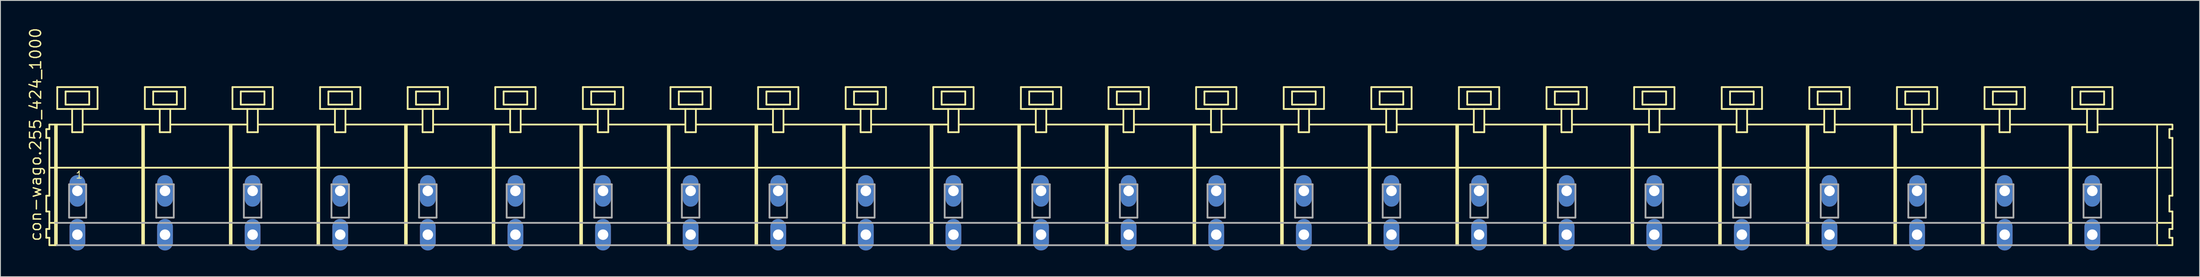
<source format=kicad_pcb>
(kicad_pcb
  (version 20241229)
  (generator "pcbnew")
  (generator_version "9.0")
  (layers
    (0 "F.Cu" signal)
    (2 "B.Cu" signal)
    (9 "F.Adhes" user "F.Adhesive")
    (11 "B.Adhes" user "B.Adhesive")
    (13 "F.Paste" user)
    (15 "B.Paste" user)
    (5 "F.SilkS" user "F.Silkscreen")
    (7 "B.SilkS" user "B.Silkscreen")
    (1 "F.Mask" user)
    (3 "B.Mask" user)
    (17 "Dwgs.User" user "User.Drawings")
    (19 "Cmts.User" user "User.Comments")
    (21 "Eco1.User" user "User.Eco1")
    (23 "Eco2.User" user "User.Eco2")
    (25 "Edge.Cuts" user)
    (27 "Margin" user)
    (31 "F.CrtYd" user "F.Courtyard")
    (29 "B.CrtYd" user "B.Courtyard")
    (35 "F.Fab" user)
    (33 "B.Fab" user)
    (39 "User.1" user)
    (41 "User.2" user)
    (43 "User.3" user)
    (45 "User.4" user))
  (footprint "con-wago.255_424_1000"
    (layer "F.Cu")
    (at 123.285 18.743)
    (property "Reference" "con-wago.255_424_1000" (at -121.535 5.855 90) (layer "F.SilkS") (effects (font (size 1.27 1.27) (thickness 0.16)) (justify left bottom)))
    (attr through_hole)
    (fp_line (start -121.05 -7.05) (end -121.05 -6.05) (stroke (width 0.203) (type default)) (layer "F.SilkS"))
    (fp_line (start -121.05 -6.05) (end -120.7 -6.05) (stroke (width 0.203) (type default)) (layer "F.SilkS"))
    (fp_line (start -121.05 0.55) (end -121.05 2.35) (stroke (width 0.203) (type default)) (layer "F.SilkS"))
    (fp_line (start -121.05 2.35) (end -120.7 2.35) (stroke (width 0.203) (type default)) (layer "F.SilkS"))
    (fp_line (start -121.05 4.35) (end -121.05 5.35) (stroke (width 0.203) (type default)) (layer "F.SilkS"))
    (fp_line (start -121.05 5.35) (end -120.7 5.35) (stroke (width 0.203) (type default)) (layer "F.SilkS"))
    (fp_line (start -120.7 -7.575) (end -120.7 -7.05) (stroke (width 0.203) (type default)) (layer "F.SilkS"))
    (fp_line (start -120.7 -7.575) (end -118.125 -7.575) (stroke (width 0.203) (type default)) (layer "F.SilkS"))
    (fp_line (start -120.7 -7.05) (end -121.05 -7.05) (stroke (width 0.203) (type default)) (layer "F.SilkS"))
    (fp_line (start -120.7 -6.05) (end -120.7 0.55) (stroke (width 0.203) (type default)) (layer "F.SilkS"))
    (fp_line (start -120.7 0.55) (end -121.05 0.55) (stroke (width 0.203) (type default)) (layer "F.SilkS"))
    (fp_line (start -120.7 2.35) (end -120.7 4.35) (stroke (width 0.203) (type default)) (layer "F.SilkS"))
    (fp_line (start -120.7 3.65) (end -120 3.65) (stroke (width 0.203) (type default)) (layer "F.SilkS"))
    (fp_line (start -120.7 4.35) (end -121.05 4.35) (stroke (width 0.203) (type default)) (layer "F.SilkS"))
    (fp_line (start -120.7 5.35) (end -120.7 6.2) (stroke (width 0.203) (type default)) (layer "F.SilkS"))
    (fp_line (start -120.7 6.2) (end -120.05 6.2) (stroke (width 0.203) (type default)) (layer "F.SilkS"))
    (fp_line (start -120.65 -2.65) (end 121.6 -2.65) (stroke (width 0.203) (type default)) (layer "F.SilkS"))
    (fp_line (start -120.05 -7.55) (end -120.05 6.2) (stroke (width 0.203) (type default)) (layer "F.SilkS"))
    (fp_line (start -120.05 6.2) (end -119.85 6.2) (stroke (width 0.203) (type default)) (layer "F.SilkS"))
    (fp_line (start -119.85 -7.55) (end -119.85 6.2) (stroke (width 0.203) (type default)) (layer "F.SilkS"))
    (fp_line (start -119.8 -11.85) (end -119.8 -9.35) (stroke (width 0.203) (type default)) (layer "F.SilkS"))
    (fp_line (start -119.8 -9.35) (end -118.1 -9.35) (stroke (width 0.203) (type default)) (layer "F.SilkS"))
    (fp_line (start -118.85 -11.35) (end -118.85 -9.85) (stroke (width 0.203) (type default)) (layer "F.SilkS"))
    (fp_line (start -118.85 -9.85) (end -116.15 -9.85) (stroke (width 0.203) (type default)) (layer "F.SilkS"))
    (fp_line (start -118.1 -9.35) (end -118.1 -6.7) (stroke (width 0.203) (type default)) (layer "F.SilkS"))
    (fp_line (start -118.1 -9.35) (end -116.9 -9.35) (stroke (width 0.203) (type default)) (layer "F.SilkS"))
    (fp_line (start -118.1 -6.7) (end -116.9 -6.7) (stroke (width 0.203) (type default)) (layer "F.SilkS"))
    (fp_line (start -116.9 -9.35) (end -115.2 -9.35) (stroke (width 0.203) (type default)) (layer "F.SilkS"))
    (fp_line (start -116.9 -6.7) (end -116.9 -9.35) (stroke (width 0.203) (type default)) (layer "F.SilkS"))
    (fp_line (start -116.825 -7.575) (end -108.125 -7.575) (stroke (width 0.203) (type default)) (layer "F.SilkS"))
    (fp_line (start -116.15 -11.35) (end -118.85 -11.35) (stroke (width 0.203) (type default)) (layer "F.SilkS"))
    (fp_line (start -116.15 -9.85) (end -116.15 -11.35) (stroke (width 0.203) (type default)) (layer "F.SilkS"))
    (fp_line (start -115.2 -11.85) (end -119.8 -11.85) (stroke (width 0.203) (type default)) (layer "F.SilkS"))
    (fp_line (start -115.2 -9.35) (end -115.2 -11.85) (stroke (width 0.203) (type default)) (layer "F.SilkS"))
    (fp_line (start -110.1 -7.55) (end -110.1 6.2) (stroke (width 0.203) (type default)) (layer "F.SilkS"))
    (fp_line (start -109.9 -7.55) (end -109.9 6.2) (stroke (width 0.203) (type default)) (layer "F.SilkS"))
    (fp_line (start -109.8 -11.85) (end -109.8 -9.35) (stroke (width 0.203) (type default)) (layer "F.SilkS"))
    (fp_line (start -109.8 -9.35) (end -108.1 -9.35) (stroke (width 0.203) (type default)) (layer "F.SilkS"))
    (fp_line (start -108.85 -11.35) (end -108.85 -9.85) (stroke (width 0.203) (type default)) (layer "F.SilkS"))
    (fp_line (start -108.85 -9.85) (end -106.15 -9.85) (stroke (width 0.203) (type default)) (layer "F.SilkS"))
    (fp_line (start -108.1 -9.35) (end -108.1 -6.7) (stroke (width 0.203) (type default)) (layer "F.SilkS"))
    (fp_line (start -108.1 -9.35) (end -106.9 -9.35) (stroke (width 0.203) (type default)) (layer "F.SilkS"))
    (fp_line (start -108.1 -6.7) (end -106.9 -6.7) (stroke (width 0.203) (type default)) (layer "F.SilkS"))
    (fp_line (start -106.9 -9.35) (end -105.2 -9.35) (stroke (width 0.203) (type default)) (layer "F.SilkS"))
    (fp_line (start -106.9 -6.7) (end -106.9 -9.35) (stroke (width 0.203) (type default)) (layer "F.SilkS"))
    (fp_line (start -106.825 -7.575) (end -98.125 -7.575) (stroke (width 0.203) (type default)) (layer "F.SilkS"))
    (fp_line (start -106.15 -11.35) (end -108.85 -11.35) (stroke (width 0.203) (type default)) (layer "F.SilkS"))
    (fp_line (start -106.15 -9.85) (end -106.15 -11.35) (stroke (width 0.203) (type default)) (layer "F.SilkS"))
    (fp_line (start -105.2 -11.85) (end -109.8 -11.85) (stroke (width 0.203) (type default)) (layer "F.SilkS"))
    (fp_line (start -105.2 -9.35) (end -105.2 -11.85) (stroke (width 0.203) (type default)) (layer "F.SilkS"))
    (fp_line (start -100.1 -7.55) (end -100.1 6.2) (stroke (width 0.203) (type default)) (layer "F.SilkS"))
    (fp_line (start -99.9 -7.55) (end -99.9 6.2) (stroke (width 0.203) (type default)) (layer "F.SilkS"))
    (fp_line (start -99.8 -11.85) (end -99.8 -9.35) (stroke (width 0.203) (type default)) (layer "F.SilkS"))
    (fp_line (start -99.8 -9.35) (end -98.1 -9.35) (stroke (width 0.203) (type default)) (layer "F.SilkS"))
    (fp_line (start -98.85 -11.35) (end -98.85 -9.85) (stroke (width 0.203) (type default)) (layer "F.SilkS"))
    (fp_line (start -98.85 -9.85) (end -96.15 -9.85) (stroke (width 0.203) (type default)) (layer "F.SilkS"))
    (fp_line (start -98.1 -9.35) (end -98.1 -6.7) (stroke (width 0.203) (type default)) (layer "F.SilkS"))
    (fp_line (start -98.1 -9.35) (end -96.9 -9.35) (stroke (width 0.203) (type default)) (layer "F.SilkS"))
    (fp_line (start -98.1 -6.7) (end -96.9 -6.7) (stroke (width 0.203) (type default)) (layer "F.SilkS"))
    (fp_line (start -96.9 -9.35) (end -95.2 -9.35) (stroke (width 0.203) (type default)) (layer "F.SilkS"))
    (fp_line (start -96.9 -6.7) (end -96.9 -9.35) (stroke (width 0.203) (type default)) (layer "F.SilkS"))
    (fp_line (start -96.825 -7.575) (end -88.125 -7.575) (stroke (width 0.203) (type default)) (layer "F.SilkS"))
    (fp_line (start -96.15 -11.35) (end -98.85 -11.35) (stroke (width 0.203) (type default)) (layer "F.SilkS"))
    (fp_line (start -96.15 -9.85) (end -96.15 -11.35) (stroke (width 0.203) (type default)) (layer "F.SilkS"))
    (fp_line (start -95.2 -11.85) (end -99.8 -11.85) (stroke (width 0.203) (type default)) (layer "F.SilkS"))
    (fp_line (start -95.2 -9.35) (end -95.2 -11.85) (stroke (width 0.203) (type default)) (layer "F.SilkS"))
    (fp_line (start -90.1 -7.55) (end -90.1 6.2) (stroke (width 0.203) (type default)) (layer "F.SilkS"))
    (fp_line (start -89.9 -7.55) (end -89.9 6.2) (stroke (width 0.203) (type default)) (layer "F.SilkS"))
    (fp_line (start -89.8 -11.85) (end -89.8 -9.35) (stroke (width 0.203) (type default)) (layer "F.SilkS"))
    (fp_line (start -89.8 -9.35) (end -88.1 -9.35) (stroke (width 0.203) (type default)) (layer "F.SilkS"))
    (fp_line (start -88.85 -11.35) (end -88.85 -9.85) (stroke (width 0.203) (type default)) (layer "F.SilkS"))
    (fp_line (start -88.85 -9.85) (end -86.15 -9.85) (stroke (width 0.203) (type default)) (layer "F.SilkS"))
    (fp_line (start -88.1 -9.35) (end -88.1 -6.7) (stroke (width 0.203) (type default)) (layer "F.SilkS"))
    (fp_line (start -88.1 -9.35) (end -86.9 -9.35) (stroke (width 0.203) (type default)) (layer "F.SilkS"))
    (fp_line (start -88.1 -6.7) (end -86.9 -6.7) (stroke (width 0.203) (type default)) (layer "F.SilkS"))
    (fp_line (start -86.9 -9.35) (end -85.2 -9.35) (stroke (width 0.203) (type default)) (layer "F.SilkS"))
    (fp_line (start -86.9 -6.7) (end -86.9 -9.35) (stroke (width 0.203) (type default)) (layer "F.SilkS"))
    (fp_line (start -86.825 -7.575) (end -78.125 -7.575) (stroke (width 0.203) (type default)) (layer "F.SilkS"))
    (fp_line (start -86.15 -11.35) (end -88.85 -11.35) (stroke (width 0.203) (type default)) (layer "F.SilkS"))
    (fp_line (start -86.15 -9.85) (end -86.15 -11.35) (stroke (width 0.203) (type default)) (layer "F.SilkS"))
    (fp_line (start -85.2 -11.85) (end -89.8 -11.85) (stroke (width 0.203) (type default)) (layer "F.SilkS"))
    (fp_line (start -85.2 -9.35) (end -85.2 -11.85) (stroke (width 0.203) (type default)) (layer "F.SilkS"))
    (fp_line (start -80.1 -7.55) (end -80.1 6.2) (stroke (width 0.203) (type default)) (layer "F.SilkS"))
    (fp_line (start -79.9 -7.55) (end -79.9 6.2) (stroke (width 0.203) (type default)) (layer "F.SilkS"))
    (fp_line (start -79.8 -11.85) (end -79.8 -9.35) (stroke (width 0.203) (type default)) (layer "F.SilkS"))
    (fp_line (start -79.8 -9.35) (end -78.1 -9.35) (stroke (width 0.203) (type default)) (layer "F.SilkS"))
    (fp_line (start -78.85 -11.35) (end -78.85 -9.85) (stroke (width 0.203) (type default)) (layer "F.SilkS"))
    (fp_line (start -78.85 -9.85) (end -76.15 -9.85) (stroke (width 0.203) (type default)) (layer "F.SilkS"))
    (fp_line (start -78.1 -9.35) (end -78.1 -6.7) (stroke (width 0.203) (type default)) (layer "F.SilkS"))
    (fp_line (start -78.1 -9.35) (end -76.9 -9.35) (stroke (width 0.203) (type default)) (layer "F.SilkS"))
    (fp_line (start -78.1 -6.7) (end -76.9 -6.7) (stroke (width 0.203) (type default)) (layer "F.SilkS"))
    (fp_line (start -76.9 -9.35) (end -75.2 -9.35) (stroke (width 0.203) (type default)) (layer "F.SilkS"))
    (fp_line (start -76.9 -6.7) (end -76.9 -9.35) (stroke (width 0.203) (type default)) (layer "F.SilkS"))
    (fp_line (start -76.825 -7.575) (end -68.125 -7.575) (stroke (width 0.203) (type default)) (layer "F.SilkS"))
    (fp_line (start -76.15 -11.35) (end -78.85 -11.35) (stroke (width 0.203) (type default)) (layer "F.SilkS"))
    (fp_line (start -76.15 -9.85) (end -76.15 -11.35) (stroke (width 0.203) (type default)) (layer "F.SilkS"))
    (fp_line (start -75.2 -11.85) (end -79.8 -11.85) (stroke (width 0.203) (type default)) (layer "F.SilkS"))
    (fp_line (start -75.2 -9.35) (end -75.2 -11.85) (stroke (width 0.203) (type default)) (layer "F.SilkS"))
    (fp_line (start -70.1 -7.55) (end -70.1 6.2) (stroke (width 0.203) (type default)) (layer "F.SilkS"))
    (fp_line (start -69.9 -7.55) (end -69.9 6.2) (stroke (width 0.203) (type default)) (layer "F.SilkS"))
    (fp_line (start -69.8 -11.85) (end -69.8 -9.35) (stroke (width 0.203) (type default)) (layer "F.SilkS"))
    (fp_line (start -69.8 -9.35) (end -68.1 -9.35) (stroke (width 0.203) (type default)) (layer "F.SilkS"))
    (fp_line (start -68.85 -11.35) (end -68.85 -9.85) (stroke (width 0.203) (type default)) (layer "F.SilkS"))
    (fp_line (start -68.85 -9.85) (end -66.15 -9.85) (stroke (width 0.203) (type default)) (layer "F.SilkS"))
    (fp_line (start -68.1 -9.35) (end -68.1 -6.7) (stroke (width 0.203) (type default)) (layer "F.SilkS"))
    (fp_line (start -68.1 -9.35) (end -66.9 -9.35) (stroke (width 0.203) (type default)) (layer "F.SilkS"))
    (fp_line (start -68.1 -6.7) (end -66.9 -6.7) (stroke (width 0.203) (type default)) (layer "F.SilkS"))
    (fp_line (start -66.9 -9.35) (end -65.2 -9.35) (stroke (width 0.203) (type default)) (layer "F.SilkS"))
    (fp_line (start -66.9 -6.7) (end -66.9 -9.35) (stroke (width 0.203) (type default)) (layer "F.SilkS"))
    (fp_line (start -66.825 -7.575) (end -58.125 -7.575) (stroke (width 0.203) (type default)) (layer "F.SilkS"))
    (fp_line (start -66.15 -11.35) (end -68.85 -11.35) (stroke (width 0.203) (type default)) (layer "F.SilkS"))
    (fp_line (start -66.15 -9.85) (end -66.15 -11.35) (stroke (width 0.203) (type default)) (layer "F.SilkS"))
    (fp_line (start -65.2 -11.85) (end -69.8 -11.85) (stroke (width 0.203) (type default)) (layer "F.SilkS"))
    (fp_line (start -65.2 -9.35) (end -65.2 -11.85) (stroke (width 0.203) (type default)) (layer "F.SilkS"))
    (fp_line (start -60.1 -7.55) (end -60.1 6.2) (stroke (width 0.203) (type default)) (layer "F.SilkS"))
    (fp_line (start -59.9 -7.55) (end -59.9 6.2) (stroke (width 0.203) (type default)) (layer "F.SilkS"))
    (fp_line (start -59.8 -11.85) (end -59.8 -9.35) (stroke (width 0.203) (type default)) (layer "F.SilkS"))
    (fp_line (start -59.8 -9.35) (end -58.1 -9.35) (stroke (width 0.203) (type default)) (layer "F.SilkS"))
    (fp_line (start -58.85 -11.35) (end -58.85 -9.85) (stroke (width 0.203) (type default)) (layer "F.SilkS"))
    (fp_line (start -58.85 -9.85) (end -56.15 -9.85) (stroke (width 0.203) (type default)) (layer "F.SilkS"))
    (fp_line (start -58.1 -9.35) (end -58.1 -6.7) (stroke (width 0.203) (type default)) (layer "F.SilkS"))
    (fp_line (start -58.1 -9.35) (end -56.9 -9.35) (stroke (width 0.203) (type default)) (layer "F.SilkS"))
    (fp_line (start -58.1 -6.7) (end -56.9 -6.7) (stroke (width 0.203) (type default)) (layer "F.SilkS"))
    (fp_line (start -56.9 -9.35) (end -55.2 -9.35) (stroke (width 0.203) (type default)) (layer "F.SilkS"))
    (fp_line (start -56.9 -6.7) (end -56.9 -9.35) (stroke (width 0.203) (type default)) (layer "F.SilkS"))
    (fp_line (start -56.825 -7.575) (end -48.125 -7.575) (stroke (width 0.203) (type default)) (layer "F.SilkS"))
    (fp_line (start -56.15 -11.35) (end -58.85 -11.35) (stroke (width 0.203) (type default)) (layer "F.SilkS"))
    (fp_line (start -56.15 -9.85) (end -56.15 -11.35) (stroke (width 0.203) (type default)) (layer "F.SilkS"))
    (fp_line (start -55.2 -11.85) (end -59.8 -11.85) (stroke (width 0.203) (type default)) (layer "F.SilkS"))
    (fp_line (start -55.2 -9.35) (end -55.2 -11.85) (stroke (width 0.203) (type default)) (layer "F.SilkS"))
    (fp_line (start -50.1 -7.55) (end -50.1 6.2) (stroke (width 0.203) (type default)) (layer "F.SilkS"))
    (fp_line (start -49.9 -7.55) (end -49.9 6.2) (stroke (width 0.203) (type default)) (layer "F.SilkS"))
    (fp_line (start -49.8 -11.85) (end -49.8 -9.35) (stroke (width 0.203) (type default)) (layer "F.SilkS"))
    (fp_line (start -49.8 -9.35) (end -48.1 -9.35) (stroke (width 0.203) (type default)) (layer "F.SilkS"))
    (fp_line (start -48.85 -11.35) (end -48.85 -9.85) (stroke (width 0.203) (type default)) (layer "F.SilkS"))
    (fp_line (start -48.85 -9.85) (end -46.15 -9.85) (stroke (width 0.203) (type default)) (layer "F.SilkS"))
    (fp_line (start -48.1 -9.35) (end -48.1 -6.7) (stroke (width 0.203) (type default)) (layer "F.SilkS"))
    (fp_line (start -48.1 -9.35) (end -46.9 -9.35) (stroke (width 0.203) (type default)) (layer "F.SilkS"))
    (fp_line (start -48.1 -6.7) (end -46.9 -6.7) (stroke (width 0.203) (type default)) (layer "F.SilkS"))
    (fp_line (start -46.9 -9.35) (end -45.2 -9.35) (stroke (width 0.203) (type default)) (layer "F.SilkS"))
    (fp_line (start -46.9 -6.7) (end -46.9 -9.35) (stroke (width 0.203) (type default)) (layer "F.SilkS"))
    (fp_line (start -46.825 -7.575) (end -38.125 -7.575) (stroke (width 0.203) (type default)) (layer "F.SilkS"))
    (fp_line (start -46.15 -11.35) (end -48.85 -11.35) (stroke (width 0.203) (type default)) (layer "F.SilkS"))
    (fp_line (start -46.15 -9.85) (end -46.15 -11.35) (stroke (width 0.203) (type default)) (layer "F.SilkS"))
    (fp_line (start -45.2 -11.85) (end -49.8 -11.85) (stroke (width 0.203) (type default)) (layer "F.SilkS"))
    (fp_line (start -45.2 -9.35) (end -45.2 -11.85) (stroke (width 0.203) (type default)) (layer "F.SilkS"))
    (fp_line (start -40.1 -7.55) (end -40.1 6.2) (stroke (width 0.203) (type default)) (layer "F.SilkS"))
    (fp_line (start -39.9 -7.55) (end -39.9 6.2) (stroke (width 0.203) (type default)) (layer "F.SilkS"))
    (fp_line (start -39.8 -11.85) (end -39.8 -9.35) (stroke (width 0.203) (type default)) (layer "F.SilkS"))
    (fp_line (start -39.8 -9.35) (end -38.1 -9.35) (stroke (width 0.203) (type default)) (layer "F.SilkS"))
    (fp_line (start -38.85 -11.35) (end -38.85 -9.85) (stroke (width 0.203) (type default)) (layer "F.SilkS"))
    (fp_line (start -38.85 -9.85) (end -36.15 -9.85) (stroke (width 0.203) (type default)) (layer "F.SilkS"))
    (fp_line (start -38.1 -9.35) (end -38.1 -6.7) (stroke (width 0.203) (type default)) (layer "F.SilkS"))
    (fp_line (start -38.1 -9.35) (end -36.9 -9.35) (stroke (width 0.203) (type default)) (layer "F.SilkS"))
    (fp_line (start -38.1 -6.7) (end -36.9 -6.7) (stroke (width 0.203) (type default)) (layer "F.SilkS"))
    (fp_line (start -36.9 -9.35) (end -35.2 -9.35) (stroke (width 0.203) (type default)) (layer "F.SilkS"))
    (fp_line (start -36.9 -6.7) (end -36.9 -9.35) (stroke (width 0.203) (type default)) (layer "F.SilkS"))
    (fp_line (start -36.825 -7.575) (end -28.125 -7.575) (stroke (width 0.203) (type default)) (layer "F.SilkS"))
    (fp_line (start -36.15 -11.35) (end -38.85 -11.35) (stroke (width 0.203) (type default)) (layer "F.SilkS"))
    (fp_line (start -36.15 -9.85) (end -36.15 -11.35) (stroke (width 0.203) (type default)) (layer "F.SilkS"))
    (fp_line (start -35.2 -11.85) (end -39.8 -11.85) (stroke (width 0.203) (type default)) (layer "F.SilkS"))
    (fp_line (start -35.2 -9.35) (end -35.2 -11.85) (stroke (width 0.203) (type default)) (layer "F.SilkS"))
    (fp_line (start -30.1 -7.55) (end -30.1 6.2) (stroke (width 0.203) (type default)) (layer "F.SilkS"))
    (fp_line (start -29.9 -7.55) (end -29.9 6.2) (stroke (width 0.203) (type default)) (layer "F.SilkS"))
    (fp_line (start -29.8 -11.85) (end -29.8 -9.35) (stroke (width 0.203) (type default)) (layer "F.SilkS"))
    (fp_line (start -29.8 -9.35) (end -28.1 -9.35) (stroke (width 0.203) (type default)) (layer "F.SilkS"))
    (fp_line (start -28.85 -11.35) (end -28.85 -9.85) (stroke (width 0.203) (type default)) (layer "F.SilkS"))
    (fp_line (start -28.85 -9.85) (end -26.15 -9.85) (stroke (width 0.203) (type default)) (layer "F.SilkS"))
    (fp_line (start -28.1 -9.35) (end -28.1 -6.7) (stroke (width 0.203) (type default)) (layer "F.SilkS"))
    (fp_line (start -28.1 -9.35) (end -26.9 -9.35) (stroke (width 0.203) (type default)) (layer "F.SilkS"))
    (fp_line (start -28.1 -6.7) (end -26.9 -6.7) (stroke (width 0.203) (type default)) (layer "F.SilkS"))
    (fp_line (start -26.9 -9.35) (end -25.2 -9.35) (stroke (width 0.203) (type default)) (layer "F.SilkS"))
    (fp_line (start -26.9 -6.7) (end -26.9 -9.35) (stroke (width 0.203) (type default)) (layer "F.SilkS"))
    (fp_line (start -26.825 -7.575) (end -18.125 -7.575) (stroke (width 0.203) (type default)) (layer "F.SilkS"))
    (fp_line (start -26.15 -11.35) (end -28.85 -11.35) (stroke (width 0.203) (type default)) (layer "F.SilkS"))
    (fp_line (start -26.15 -9.85) (end -26.15 -11.35) (stroke (width 0.203) (type default)) (layer "F.SilkS"))
    (fp_line (start -25.2 -11.85) (end -29.8 -11.85) (stroke (width 0.203) (type default)) (layer "F.SilkS"))
    (fp_line (start -25.2 -9.35) (end -25.2 -11.85) (stroke (width 0.203) (type default)) (layer "F.SilkS"))
    (fp_line (start -20.1 -7.55) (end -20.1 6.2) (stroke (width 0.203) (type default)) (layer "F.SilkS"))
    (fp_line (start -19.9 -7.55) (end -19.9 6.2) (stroke (width 0.203) (type default)) (layer "F.SilkS"))
    (fp_line (start -19.8 -11.85) (end -19.8 -9.35) (stroke (width 0.203) (type default)) (layer "F.SilkS"))
    (fp_line (start -19.8 -9.35) (end -18.1 -9.35) (stroke (width 0.203) (type default)) (layer "F.SilkS"))
    (fp_line (start -18.85 -11.35) (end -18.85 -9.85) (stroke (width 0.203) (type default)) (layer "F.SilkS"))
    (fp_line (start -18.85 -9.85) (end -16.15 -9.85) (stroke (width 0.203) (type default)) (layer "F.SilkS"))
    (fp_line (start -18.1 -9.35) (end -18.1 -6.7) (stroke (width 0.203) (type default)) (layer "F.SilkS"))
    (fp_line (start -18.1 -9.35) (end -16.9 -9.35) (stroke (width 0.203) (type default)) (layer "F.SilkS"))
    (fp_line (start -18.1 -6.7) (end -16.9 -6.7) (stroke (width 0.203) (type default)) (layer "F.SilkS"))
    (fp_line (start -16.9 -9.35) (end -15.2 -9.35) (stroke (width 0.203) (type default)) (layer "F.SilkS"))
    (fp_line (start -16.9 -6.7) (end -16.9 -9.35) (stroke (width 0.203) (type default)) (layer "F.SilkS"))
    (fp_line (start -16.825 -7.575) (end -8.125 -7.575) (stroke (width 0.203) (type default)) (layer "F.SilkS"))
    (fp_line (start -16.15 -11.35) (end -18.85 -11.35) (stroke (width 0.203) (type default)) (layer "F.SilkS"))
    (fp_line (start -16.15 -9.85) (end -16.15 -11.35) (stroke (width 0.203) (type default)) (layer "F.SilkS"))
    (fp_line (start -15.2 -11.85) (end -19.8 -11.85) (stroke (width 0.203) (type default)) (layer "F.SilkS"))
    (fp_line (start -15.2 -9.35) (end -15.2 -11.85) (stroke (width 0.203) (type default)) (layer "F.SilkS"))
    (fp_line (start -10.1 -7.55) (end -10.1 6.2) (stroke (width 0.203) (type default)) (layer "F.SilkS"))
    (fp_line (start -9.9 -7.55) (end -9.9 6.2) (stroke (width 0.203) (type default)) (layer "F.SilkS"))
    (fp_line (start -9.8 -11.85) (end -9.8 -9.35) (stroke (width 0.203) (type default)) (layer "F.SilkS"))
    (fp_line (start -9.8 -9.35) (end -8.1 -9.35) (stroke (width 0.203) (type default)) (layer "F.SilkS"))
    (fp_line (start -8.85 -11.35) (end -8.85 -9.85) (stroke (width 0.203) (type default)) (layer "F.SilkS"))
    (fp_line (start -8.85 -9.85) (end -6.15 -9.85) (stroke (width 0.203) (type default)) (layer "F.SilkS"))
    (fp_line (start -8.1 -9.35) (end -8.1 -6.7) (stroke (width 0.203) (type default)) (layer "F.SilkS"))
    (fp_line (start -8.1 -9.35) (end -6.9 -9.35) (stroke (width 0.203) (type default)) (layer "F.SilkS"))
    (fp_line (start -8.1 -6.7) (end -6.9 -6.7) (stroke (width 0.203) (type default)) (layer "F.SilkS"))
    (fp_line (start -6.9 -9.35) (end -5.2 -9.35) (stroke (width 0.203) (type default)) (layer "F.SilkS"))
    (fp_line (start -6.9 -6.7) (end -6.9 -9.35) (stroke (width 0.203) (type default)) (layer "F.SilkS"))
    (fp_line (start -6.825 -7.575) (end 1.875 -7.575) (stroke (width 0.203) (type default)) (layer "F.SilkS"))
    (fp_line (start -6.15 -11.35) (end -8.85 -11.35) (stroke (width 0.203) (type default)) (layer "F.SilkS"))
    (fp_line (start -6.15 -9.85) (end -6.15 -11.35) (stroke (width 0.203) (type default)) (layer "F.SilkS"))
    (fp_line (start -5.2 -11.85) (end -9.8 -11.85) (stroke (width 0.203) (type default)) (layer "F.SilkS"))
    (fp_line (start -5.2 -9.35) (end -5.2 -11.85) (stroke (width 0.203) (type default)) (layer "F.SilkS"))
    (fp_line (start -0.1 -7.55) (end -0.1 6.2) (stroke (width 0.203) (type default)) (layer "F.SilkS"))
    (fp_line (start 0.1 -7.55) (end 0.1 6.2) (stroke (width 0.203) (type default)) (layer "F.SilkS"))
    (fp_line (start 0.2 -11.85) (end 0.2 -9.35) (stroke (width 0.203) (type default)) (layer "F.SilkS"))
    (fp_line (start 0.2 -9.35) (end 1.9 -9.35) (stroke (width 0.203) (type default)) (layer "F.SilkS"))
    (fp_line (start 1.15 -11.35) (end 1.15 -9.85) (stroke (width 0.203) (type default)) (layer "F.SilkS"))
    (fp_line (start 1.15 -9.85) (end 3.85 -9.85) (stroke (width 0.203) (type default)) (layer "F.SilkS"))
    (fp_line (start 1.9 -9.35) (end 1.9 -6.7) (stroke (width 0.203) (type default)) (layer "F.SilkS"))
    (fp_line (start 1.9 -9.35) (end 3.1 -9.35) (stroke (width 0.203) (type default)) (layer "F.SilkS"))
    (fp_line (start 1.9 -6.7) (end 3.1 -6.7) (stroke (width 0.203) (type default)) (layer "F.SilkS"))
    (fp_line (start 3.1 -9.35) (end 4.8 -9.35) (stroke (width 0.203) (type default)) (layer "F.SilkS"))
    (fp_line (start 3.1 -6.7) (end 3.1 -9.35) (stroke (width 0.203) (type default)) (layer "F.SilkS"))
    (fp_line (start 3.175 -7.575) (end 11.875 -7.575) (stroke (width 0.203) (type default)) (layer "F.SilkS"))
    (fp_line (start 3.85 -11.35) (end 1.15 -11.35) (stroke (width 0.203) (type default)) (layer "F.SilkS"))
    (fp_line (start 3.85 -9.85) (end 3.85 -11.35) (stroke (width 0.203) (type default)) (layer "F.SilkS"))
    (fp_line (start 4.8 -11.85) (end 0.2 -11.85) (stroke (width 0.203) (type default)) (layer "F.SilkS"))
    (fp_line (start 4.8 -9.35) (end 4.8 -11.85) (stroke (width 0.203) (type default)) (layer "F.SilkS"))
    (fp_line (start 9.9 -7.55) (end 9.9 6.2) (stroke (width 0.203) (type default)) (layer "F.SilkS"))
    (fp_line (start 10.1 -7.55) (end 10.1 6.2) (stroke (width 0.203) (type default)) (layer "F.SilkS"))
    (fp_line (start 10.2 -11.85) (end 10.2 -9.35) (stroke (width 0.203) (type default)) (layer "F.SilkS"))
    (fp_line (start 10.2 -9.35) (end 11.9 -9.35) (stroke (width 0.203) (type default)) (layer "F.SilkS"))
    (fp_line (start 11.15 -11.35) (end 11.15 -9.85) (stroke (width 0.203) (type default)) (layer "F.SilkS"))
    (fp_line (start 11.15 -9.85) (end 13.85 -9.85) (stroke (width 0.203) (type default)) (layer "F.SilkS"))
    (fp_line (start 11.9 -9.35) (end 11.9 -6.7) (stroke (width 0.203) (type default)) (layer "F.SilkS"))
    (fp_line (start 11.9 -9.35) (end 13.1 -9.35) (stroke (width 0.203) (type default)) (layer "F.SilkS"))
    (fp_line (start 11.9 -6.7) (end 13.1 -6.7) (stroke (width 0.203) (type default)) (layer "F.SilkS"))
    (fp_line (start 13.1 -9.35) (end 14.8 -9.35) (stroke (width 0.203) (type default)) (layer "F.SilkS"))
    (fp_line (start 13.1 -6.7) (end 13.1 -9.35) (stroke (width 0.203) (type default)) (layer "F.SilkS"))
    (fp_line (start 13.175 -7.575) (end 21.875 -7.575) (stroke (width 0.203) (type default)) (layer "F.SilkS"))
    (fp_line (start 13.85 -11.35) (end 11.15 -11.35) (stroke (width 0.203) (type default)) (layer "F.SilkS"))
    (fp_line (start 13.85 -9.85) (end 13.85 -11.35) (stroke (width 0.203) (type default)) (layer "F.SilkS"))
    (fp_line (start 14.8 -11.85) (end 10.2 -11.85) (stroke (width 0.203) (type default)) (layer "F.SilkS"))
    (fp_line (start 14.8 -9.35) (end 14.8 -11.85) (stroke (width 0.203) (type default)) (layer "F.SilkS"))
    (fp_line (start 19.9 -7.55) (end 19.9 6.2) (stroke (width 0.203) (type default)) (layer "F.SilkS"))
    (fp_line (start 20.1 -7.55) (end 20.1 6.2) (stroke (width 0.203) (type default)) (layer "F.SilkS"))
    (fp_line (start 20.2 -11.85) (end 20.2 -9.35) (stroke (width 0.203) (type default)) (layer "F.SilkS"))
    (fp_line (start 20.2 -9.35) (end 21.9 -9.35) (stroke (width 0.203) (type default)) (layer "F.SilkS"))
    (fp_line (start 21.15 -11.35) (end 21.15 -9.85) (stroke (width 0.203) (type default)) (layer "F.SilkS"))
    (fp_line (start 21.15 -9.85) (end 23.85 -9.85) (stroke (width 0.203) (type default)) (layer "F.SilkS"))
    (fp_line (start 21.9 -9.35) (end 21.9 -6.7) (stroke (width 0.203) (type default)) (layer "F.SilkS"))
    (fp_line (start 21.9 -9.35) (end 23.1 -9.35) (stroke (width 0.203) (type default)) (layer "F.SilkS"))
    (fp_line (start 21.9 -6.7) (end 23.1 -6.7) (stroke (width 0.203) (type default)) (layer "F.SilkS"))
    (fp_line (start 23.1 -9.35) (end 24.8 -9.35) (stroke (width 0.203) (type default)) (layer "F.SilkS"))
    (fp_line (start 23.1 -6.7) (end 23.1 -9.35) (stroke (width 0.203) (type default)) (layer "F.SilkS"))
    (fp_line (start 23.175 -7.575) (end 31.875 -7.575) (stroke (width 0.203) (type default)) (layer "F.SilkS"))
    (fp_line (start 23.85 -11.35) (end 21.15 -11.35) (stroke (width 0.203) (type default)) (layer "F.SilkS"))
    (fp_line (start 23.85 -9.85) (end 23.85 -11.35) (stroke (width 0.203) (type default)) (layer "F.SilkS"))
    (fp_line (start 24.8 -11.85) (end 20.2 -11.85) (stroke (width 0.203) (type default)) (layer "F.SilkS"))
    (fp_line (start 24.8 -9.35) (end 24.8 -11.85) (stroke (width 0.203) (type default)) (layer "F.SilkS"))
    (fp_line (start 29.9 -7.55) (end 29.9 6.2) (stroke (width 0.203) (type default)) (layer "F.SilkS"))
    (fp_line (start 30.1 -7.55) (end 30.1 6.2) (stroke (width 0.203) (type default)) (layer "F.SilkS"))
    (fp_line (start 30.2 -11.85) (end 30.2 -9.35) (stroke (width 0.203) (type default)) (layer "F.SilkS"))
    (fp_line (start 30.2 -9.35) (end 31.9 -9.35) (stroke (width 0.203) (type default)) (layer "F.SilkS"))
    (fp_line (start 31.15 -11.35) (end 31.15 -9.85) (stroke (width 0.203) (type default)) (layer "F.SilkS"))
    (fp_line (start 31.15 -9.85) (end 33.85 -9.85) (stroke (width 0.203) (type default)) (layer "F.SilkS"))
    (fp_line (start 31.9 -9.35) (end 31.9 -6.7) (stroke (width 0.203) (type default)) (layer "F.SilkS"))
    (fp_line (start 31.9 -9.35) (end 33.1 -9.35) (stroke (width 0.203) (type default)) (layer "F.SilkS"))
    (fp_line (start 31.9 -6.7) (end 33.1 -6.7) (stroke (width 0.203) (type default)) (layer "F.SilkS"))
    (fp_line (start 33.1 -9.35) (end 34.8 -9.35) (stroke (width 0.203) (type default)) (layer "F.SilkS"))
    (fp_line (start 33.1 -6.7) (end 33.1 -9.35) (stroke (width 0.203) (type default)) (layer "F.SilkS"))
    (fp_line (start 33.175 -7.575) (end 41.875 -7.575) (stroke (width 0.203) (type default)) (layer "F.SilkS"))
    (fp_line (start 33.85 -11.35) (end 31.15 -11.35) (stroke (width 0.203) (type default)) (layer "F.SilkS"))
    (fp_line (start 33.85 -9.85) (end 33.85 -11.35) (stroke (width 0.203) (type default)) (layer "F.SilkS"))
    (fp_line (start 34.8 -11.85) (end 30.2 -11.85) (stroke (width 0.203) (type default)) (layer "F.SilkS"))
    (fp_line (start 34.8 -9.35) (end 34.8 -11.85) (stroke (width 0.203) (type default)) (layer "F.SilkS"))
    (fp_line (start 39.9 -7.55) (end 39.9 6.2) (stroke (width 0.203) (type default)) (layer "F.SilkS"))
    (fp_line (start 40.1 -7.55) (end 40.1 6.2) (stroke (width 0.203) (type default)) (layer "F.SilkS"))
    (fp_line (start 40.2 -11.85) (end 40.2 -9.35) (stroke (width 0.203) (type default)) (layer "F.SilkS"))
    (fp_line (start 40.2 -9.35) (end 41.9 -9.35) (stroke (width 0.203) (type default)) (layer "F.SilkS"))
    (fp_line (start 41.15 -11.35) (end 41.15 -9.85) (stroke (width 0.203) (type default)) (layer "F.SilkS"))
    (fp_line (start 41.15 -9.85) (end 43.85 -9.85) (stroke (width 0.203) (type default)) (layer "F.SilkS"))
    (fp_line (start 41.9 -9.35) (end 41.9 -6.7) (stroke (width 0.203) (type default)) (layer "F.SilkS"))
    (fp_line (start 41.9 -9.35) (end 43.1 -9.35) (stroke (width 0.203) (type default)) (layer "F.SilkS"))
    (fp_line (start 41.9 -6.7) (end 43.1 -6.7) (stroke (width 0.203) (type default)) (layer "F.SilkS"))
    (fp_line (start 43.1 -9.35) (end 44.8 -9.35) (stroke (width 0.203) (type default)) (layer "F.SilkS"))
    (fp_line (start 43.1 -6.7) (end 43.1 -9.35) (stroke (width 0.203) (type default)) (layer "F.SilkS"))
    (fp_line (start 43.175 -7.575) (end 51.875 -7.575) (stroke (width 0.203) (type default)) (layer "F.SilkS"))
    (fp_line (start 43.85 -11.35) (end 41.15 -11.35) (stroke (width 0.203) (type default)) (layer "F.SilkS"))
    (fp_line (start 43.85 -9.85) (end 43.85 -11.35) (stroke (width 0.203) (type default)) (layer "F.SilkS"))
    (fp_line (start 44.8 -11.85) (end 40.2 -11.85) (stroke (width 0.203) (type default)) (layer "F.SilkS"))
    (fp_line (start 44.8 -9.35) (end 44.8 -11.85) (stroke (width 0.203) (type default)) (layer "F.SilkS"))
    (fp_line (start 49.9 -7.55) (end 49.9 6.2) (stroke (width 0.203) (type default)) (layer "F.SilkS"))
    (fp_line (start 50.1 -7.55) (end 50.1 6.2) (stroke (width 0.203) (type default)) (layer "F.SilkS"))
    (fp_line (start 50.2 -11.85) (end 50.2 -9.35) (stroke (width 0.203) (type default)) (layer "F.SilkS"))
    (fp_line (start 50.2 -9.35) (end 51.9 -9.35) (stroke (width 0.203) (type default)) (layer "F.SilkS"))
    (fp_line (start 51.15 -11.35) (end 51.15 -9.85) (stroke (width 0.203) (type default)) (layer "F.SilkS"))
    (fp_line (start 51.15 -9.85) (end 53.85 -9.85) (stroke (width 0.203) (type default)) (layer "F.SilkS"))
    (fp_line (start 51.9 -9.35) (end 51.9 -6.7) (stroke (width 0.203) (type default)) (layer "F.SilkS"))
    (fp_line (start 51.9 -9.35) (end 53.1 -9.35) (stroke (width 0.203) (type default)) (layer "F.SilkS"))
    (fp_line (start 51.9 -6.7) (end 53.1 -6.7) (stroke (width 0.203) (type default)) (layer "F.SilkS"))
    (fp_line (start 53.1 -9.35) (end 54.8 -9.35) (stroke (width 0.203) (type default)) (layer "F.SilkS"))
    (fp_line (start 53.1 -6.7) (end 53.1 -9.35) (stroke (width 0.203) (type default)) (layer "F.SilkS"))
    (fp_line (start 53.175 -7.575) (end 61.875 -7.575) (stroke (width 0.203) (type default)) (layer "F.SilkS"))
    (fp_line (start 53.85 -11.35) (end 51.15 -11.35) (stroke (width 0.203) (type default)) (layer "F.SilkS"))
    (fp_line (start 53.85 -9.85) (end 53.85 -11.35) (stroke (width 0.203) (type default)) (layer "F.SilkS"))
    (fp_line (start 54.8 -11.85) (end 50.2 -11.85) (stroke (width 0.203) (type default)) (layer "F.SilkS"))
    (fp_line (start 54.8 -9.35) (end 54.8 -11.85) (stroke (width 0.203) (type default)) (layer "F.SilkS"))
    (fp_line (start 59.9 -7.55) (end 59.9 6.2) (stroke (width 0.203) (type default)) (layer "F.SilkS"))
    (fp_line (start 60.1 -7.55) (end 60.1 6.2) (stroke (width 0.203) (type default)) (layer "F.SilkS"))
    (fp_line (start 60.2 -11.85) (end 60.2 -9.35) (stroke (width 0.203) (type default)) (layer "F.SilkS"))
    (fp_line (start 60.2 -9.35) (end 61.9 -9.35) (stroke (width 0.203) (type default)) (layer "F.SilkS"))
    (fp_line (start 61.15 -11.35) (end 61.15 -9.85) (stroke (width 0.203) (type default)) (layer "F.SilkS"))
    (fp_line (start 61.15 -9.85) (end 63.85 -9.85) (stroke (width 0.203) (type default)) (layer "F.SilkS"))
    (fp_line (start 61.9 -9.35) (end 61.9 -6.7) (stroke (width 0.203) (type default)) (layer "F.SilkS"))
    (fp_line (start 61.9 -9.35) (end 63.1 -9.35) (stroke (width 0.203) (type default)) (layer "F.SilkS"))
    (fp_line (start 61.9 -6.7) (end 63.1 -6.7) (stroke (width 0.203) (type default)) (layer "F.SilkS"))
    (fp_line (start 63.1 -9.35) (end 64.8 -9.35) (stroke (width 0.203) (type default)) (layer "F.SilkS"))
    (fp_line (start 63.1 -6.7) (end 63.1 -9.35) (stroke (width 0.203) (type default)) (layer "F.SilkS"))
    (fp_line (start 63.175 -7.575) (end 71.875 -7.575) (stroke (width 0.203) (type default)) (layer "F.SilkS"))
    (fp_line (start 63.85 -11.35) (end 61.15 -11.35) (stroke (width 0.203) (type default)) (layer "F.SilkS"))
    (fp_line (start 63.85 -9.85) (end 63.85 -11.35) (stroke (width 0.203) (type default)) (layer "F.SilkS"))
    (fp_line (start 64.8 -11.85) (end 60.2 -11.85) (stroke (width 0.203) (type default)) (layer "F.SilkS"))
    (fp_line (start 64.8 -9.35) (end 64.8 -11.85) (stroke (width 0.203) (type default)) (layer "F.SilkS"))
    (fp_line (start 69.9 -7.55) (end 69.9 6.2) (stroke (width 0.203) (type default)) (layer "F.SilkS"))
    (fp_line (start 70.1 -7.55) (end 70.1 6.2) (stroke (width 0.203) (type default)) (layer "F.SilkS"))
    (fp_line (start 70.2 -11.85) (end 70.2 -9.35) (stroke (width 0.203) (type default)) (layer "F.SilkS"))
    (fp_line (start 70.2 -9.35) (end 71.9 -9.35) (stroke (width 0.203) (type default)) (layer "F.SilkS"))
    (fp_line (start 71.15 -11.35) (end 71.15 -9.85) (stroke (width 0.203) (type default)) (layer "F.SilkS"))
    (fp_line (start 71.15 -9.85) (end 73.85 -9.85) (stroke (width 0.203) (type default)) (layer "F.SilkS"))
    (fp_line (start 71.9 -9.35) (end 71.9 -6.7) (stroke (width 0.203) (type default)) (layer "F.SilkS"))
    (fp_line (start 71.9 -9.35) (end 73.1 -9.35) (stroke (width 0.203) (type default)) (layer "F.SilkS"))
    (fp_line (start 71.9 -6.7) (end 73.1 -6.7) (stroke (width 0.203) (type default)) (layer "F.SilkS"))
    (fp_line (start 73.1 -9.35) (end 74.8 -9.35) (stroke (width 0.203) (type default)) (layer "F.SilkS"))
    (fp_line (start 73.1 -6.7) (end 73.1 -9.35) (stroke (width 0.203) (type default)) (layer "F.SilkS"))
    (fp_line (start 73.175 -7.575) (end 81.875 -7.575) (stroke (width 0.203) (type default)) (layer "F.SilkS"))
    (fp_line (start 73.85 -11.35) (end 71.15 -11.35) (stroke (width 0.203) (type default)) (layer "F.SilkS"))
    (fp_line (start 73.85 -9.85) (end 73.85 -11.35) (stroke (width 0.203) (type default)) (layer "F.SilkS"))
    (fp_line (start 74.8 -11.85) (end 70.2 -11.85) (stroke (width 0.203) (type default)) (layer "F.SilkS"))
    (fp_line (start 74.8 -9.35) (end 74.8 -11.85) (stroke (width 0.203) (type default)) (layer "F.SilkS"))
    (fp_line (start 79.9 -7.55) (end 79.9 6.2) (stroke (width 0.203) (type default)) (layer "F.SilkS"))
    (fp_line (start 80.1 -7.55) (end 80.1 6.2) (stroke (width 0.203) (type default)) (layer "F.SilkS"))
    (fp_line (start 80.2 -11.85) (end 80.2 -9.35) (stroke (width 0.203) (type default)) (layer "F.SilkS"))
    (fp_line (start 80.2 -9.35) (end 81.9 -9.35) (stroke (width 0.203) (type default)) (layer "F.SilkS"))
    (fp_line (start 81.15 -11.35) (end 81.15 -9.85) (stroke (width 0.203) (type default)) (layer "F.SilkS"))
    (fp_line (start 81.15 -9.85) (end 83.85 -9.85) (stroke (width 0.203) (type default)) (layer "F.SilkS"))
    (fp_line (start 81.9 -9.35) (end 81.9 -6.7) (stroke (width 0.203) (type default)) (layer "F.SilkS"))
    (fp_line (start 81.9 -9.35) (end 83.1 -9.35) (stroke (width 0.203) (type default)) (layer "F.SilkS"))
    (fp_line (start 81.9 -6.7) (end 83.1 -6.7) (stroke (width 0.203) (type default)) (layer "F.SilkS"))
    (fp_line (start 83.1 -9.35) (end 84.8 -9.35) (stroke (width 0.203) (type default)) (layer "F.SilkS"))
    (fp_line (start 83.1 -6.7) (end 83.1 -9.35) (stroke (width 0.203) (type default)) (layer "F.SilkS"))
    (fp_line (start 83.175 -7.575) (end 91.875 -7.575) (stroke (width 0.203) (type default)) (layer "F.SilkS"))
    (fp_line (start 83.85 -11.35) (end 81.15 -11.35) (stroke (width 0.203) (type default)) (layer "F.SilkS"))
    (fp_line (start 83.85 -9.85) (end 83.85 -11.35) (stroke (width 0.203) (type default)) (layer "F.SilkS"))
    (fp_line (start 84.8 -11.85) (end 80.2 -11.85) (stroke (width 0.203) (type default)) (layer "F.SilkS"))
    (fp_line (start 84.8 -9.35) (end 84.8 -11.85) (stroke (width 0.203) (type default)) (layer "F.SilkS"))
    (fp_line (start 89.9 -7.55) (end 89.9 6.2) (stroke (width 0.203) (type default)) (layer "F.SilkS"))
    (fp_line (start 90.1 -7.55) (end 90.1 6.2) (stroke (width 0.203) (type default)) (layer "F.SilkS"))
    (fp_line (start 90.2 -11.85) (end 90.2 -9.35) (stroke (width 0.203) (type default)) (layer "F.SilkS"))
    (fp_line (start 90.2 -9.35) (end 91.9 -9.35) (stroke (width 0.203) (type default)) (layer "F.SilkS"))
    (fp_line (start 91.15 -11.35) (end 91.15 -9.85) (stroke (width 0.203) (type default)) (layer "F.SilkS"))
    (fp_line (start 91.15 -9.85) (end 93.85 -9.85) (stroke (width 0.203) (type default)) (layer "F.SilkS"))
    (fp_line (start 91.9 -9.35) (end 91.9 -6.7) (stroke (width 0.203) (type default)) (layer "F.SilkS"))
    (fp_line (start 91.9 -9.35) (end 93.1 -9.35) (stroke (width 0.203) (type default)) (layer "F.SilkS"))
    (fp_line (start 91.9 -6.7) (end 93.1 -6.7) (stroke (width 0.203) (type default)) (layer "F.SilkS"))
    (fp_line (start 93.1 -9.35) (end 94.8 -9.35) (stroke (width 0.203) (type default)) (layer "F.SilkS"))
    (fp_line (start 93.1 -6.7) (end 93.1 -9.35) (stroke (width 0.203) (type default)) (layer "F.SilkS"))
    (fp_line (start 93.175 -7.575) (end 101.875 -7.575) (stroke (width 0.203) (type default)) (layer "F.SilkS"))
    (fp_line (start 93.85 -11.35) (end 91.15 -11.35) (stroke (width 0.203) (type default)) (layer "F.SilkS"))
    (fp_line (start 93.85 -9.85) (end 93.85 -11.35) (stroke (width 0.203) (type default)) (layer "F.SilkS"))
    (fp_line (start 94.8 -11.85) (end 90.2 -11.85) (stroke (width 0.203) (type default)) (layer "F.SilkS"))
    (fp_line (start 94.8 -9.35) (end 94.8 -11.85) (stroke (width 0.203) (type default)) (layer "F.SilkS"))
    (fp_line (start 99.9 -7.55) (end 99.9 6.2) (stroke (width 0.203) (type default)) (layer "F.SilkS"))
    (fp_line (start 100.1 -7.55) (end 100.1 6.2) (stroke (width 0.203) (type default)) (layer "F.SilkS"))
    (fp_line (start 100.2 -11.85) (end 100.2 -9.35) (stroke (width 0.203) (type default)) (layer "F.SilkS"))
    (fp_line (start 100.2 -9.35) (end 101.9 -9.35) (stroke (width 0.203) (type default)) (layer "F.SilkS"))
    (fp_line (start 101.15 -11.35) (end 101.15 -9.85) (stroke (width 0.203) (type default)) (layer "F.SilkS"))
    (fp_line (start 101.15 -9.85) (end 103.85 -9.85) (stroke (width 0.203) (type default)) (layer "F.SilkS"))
    (fp_line (start 101.9 -9.35) (end 101.9 -6.7) (stroke (width 0.203) (type default)) (layer "F.SilkS"))
    (fp_line (start 101.9 -9.35) (end 103.1 -9.35) (stroke (width 0.203) (type default)) (layer "F.SilkS"))
    (fp_line (start 101.9 -6.7) (end 103.1 -6.7) (stroke (width 0.203) (type default)) (layer "F.SilkS"))
    (fp_line (start 103.1 -9.35) (end 104.8 -9.35) (stroke (width 0.203) (type default)) (layer "F.SilkS"))
    (fp_line (start 103.1 -6.7) (end 103.1 -9.35) (stroke (width 0.203) (type default)) (layer "F.SilkS"))
    (fp_line (start 103.175 -7.575) (end 111.875 -7.575) (stroke (width 0.203) (type default)) (layer "F.SilkS"))
    (fp_line (start 103.85 -11.35) (end 101.15 -11.35) (stroke (width 0.203) (type default)) (layer "F.SilkS"))
    (fp_line (start 103.85 -9.85) (end 103.85 -11.35) (stroke (width 0.203) (type default)) (layer "F.SilkS"))
    (fp_line (start 104.8 -11.85) (end 100.2 -11.85) (stroke (width 0.203) (type default)) (layer "F.SilkS"))
    (fp_line (start 104.8 -9.35) (end 104.8 -11.85) (stroke (width 0.203) (type default)) (layer "F.SilkS"))
    (fp_line (start 109.9 -7.55) (end 109.9 6.2) (stroke (width 0.203) (type default)) (layer "F.SilkS"))
    (fp_line (start 110.1 -7.55) (end 110.1 6.2) (stroke (width 0.203) (type default)) (layer "F.SilkS"))
    (fp_line (start 110.2 -11.85) (end 110.2 -9.35) (stroke (width 0.203) (type default)) (layer "F.SilkS"))
    (fp_line (start 110.2 -9.35) (end 111.9 -9.35) (stroke (width 0.203) (type default)) (layer "F.SilkS"))
    (fp_line (start 111.15 -11.35) (end 111.15 -9.85) (stroke (width 0.203) (type default)) (layer "F.SilkS"))
    (fp_line (start 111.15 -9.85) (end 113.85 -9.85) (stroke (width 0.203) (type default)) (layer "F.SilkS"))
    (fp_line (start 111.9 -9.35) (end 111.9 -6.7) (stroke (width 0.203) (type default)) (layer "F.SilkS"))
    (fp_line (start 111.9 -9.35) (end 113.1 -9.35) (stroke (width 0.203) (type default)) (layer "F.SilkS"))
    (fp_line (start 111.9 -6.7) (end 113.1 -6.7) (stroke (width 0.203) (type default)) (layer "F.SilkS"))
    (fp_line (start 113.1 -9.35) (end 114.8 -9.35) (stroke (width 0.203) (type default)) (layer "F.SilkS"))
    (fp_line (start 113.1 -6.7) (end 113.1 -9.35) (stroke (width 0.203) (type default)) (layer "F.SilkS"))
    (fp_line (start 113.125 -7.575) (end 121.625 -7.575) (stroke (width 0.203) (type default)) (layer "F.SilkS"))
    (fp_line (start 113.85 -11.35) (end 111.15 -11.35) (stroke (width 0.203) (type default)) (layer "F.SilkS"))
    (fp_line (start 113.85 -9.85) (end 113.85 -11.35) (stroke (width 0.203) (type default)) (layer "F.SilkS"))
    (fp_line (start 114.8 -11.85) (end 110.2 -11.85) (stroke (width 0.203) (type default)) (layer "F.SilkS"))
    (fp_line (start 114.8 -9.35) (end 114.8 -11.85) (stroke (width 0.203) (type default)) (layer "F.SilkS"))
    (fp_line (start 119.9 -7.55) (end 119.9 6.2) (stroke (width 0.203) (type default)) (layer "F.SilkS"))
    (fp_line (start 119.9 6.2) (end 121.65 6.2) (stroke (width 0.203) (type default)) (layer "F.SilkS"))
    (fp_line (start 119.95 3.65) (end 121.65 3.65) (stroke (width 0.203) (type default)) (layer "F.SilkS"))
    (fp_line (start 121.3 -7.05) (end 121.3 -6.05) (stroke (width 0.203) (type default)) (layer "F.SilkS"))
    (fp_line (start 121.3 -6.05) (end 121.65 -6.05) (stroke (width 0.203) (type default)) (layer "F.SilkS"))
    (fp_line (start 121.3 0.55) (end 121.3 2.35) (stroke (width 0.203) (type default)) (layer "F.SilkS"))
    (fp_line (start 121.3 2.35) (end 121.65 2.35) (stroke (width 0.203) (type default)) (layer "F.SilkS"))
    (fp_line (start 121.3 4.35) (end 121.3 5.35) (stroke (width 0.203) (type default)) (layer "F.SilkS"))
    (fp_line (start 121.3 5.35) (end 121.65 5.35) (stroke (width 0.203) (type default)) (layer "F.SilkS"))
    (fp_line (start 121.65 -7.05) (end 121.3 -7.05) (stroke (width 0.203) (type default)) (layer "F.SilkS"))
    (fp_line (start 121.65 -7.05) (end 121.65 -7.55) (stroke (width 0.203) (type default)) (layer "F.SilkS"))
    (fp_line (start 121.65 0.55) (end 121.3 0.55) (stroke (width 0.203) (type default)) (layer "F.SilkS"))
    (fp_line (start 121.65 0.55) (end 121.65 -6.05) (stroke (width 0.203) (type default)) (layer "F.SilkS"))
    (fp_line (start 121.65 3.65) (end 121.65 2.35) (stroke (width 0.203) (type default)) (layer "F.SilkS"))
    (fp_line (start 121.65 4.35) (end 121.3 4.35) (stroke (width 0.203) (type default)) (layer "F.SilkS"))
    (fp_line (start 121.65 4.35) (end 121.65 3.65) (stroke (width 0.203) (type default)) (layer "F.SilkS"))
    (fp_line (start 121.65 6.2) (end 121.65 5.35) (stroke (width 0.203) (type default)) (layer "F.SilkS"))
    (fp_line (start -120 3.65) (end 119.9 3.65) (stroke (width 0.203) (type default)) (layer "F.Fab"))
    (fp_line (start -119.85 6.2) (end 119.9 6.2) (stroke (width 0.203) (type default)) (layer "F.Fab"))
    (fp_line (start -118.45 -0.75) (end -118.45 3.05) (stroke (width 0.203) (type default)) (layer "F.Fab"))
    (fp_line (start -118.45 3.05) (end -116.5 3.05) (stroke (width 0.203) (type default)) (layer "F.Fab"))
    (fp_line (start -116.5 -0.75) (end -118.45 -0.75) (stroke (width 0.203) (type default)) (layer "F.Fab"))
    (fp_line (start -116.5 3.05) (end -116.5 -0.75) (stroke (width 0.203) (type default)) (layer "F.Fab"))
    (fp_line (start -108.5 -0.75) (end -108.5 3.05) (stroke (width 0.203) (type default)) (layer "F.Fab"))
    (fp_line (start -108.5 3.05) (end -106.5 3.05) (stroke (width 0.203) (type default)) (layer "F.Fab"))
    (fp_line (start -106.5 -0.75) (end -108.5 -0.75) (stroke (width 0.203) (type default)) (layer "F.Fab"))
    (fp_line (start -106.5 3.05) (end -106.5 -0.75) (stroke (width 0.203) (type default)) (layer "F.Fab"))
    (fp_line (start -98.5 -0.75) (end -98.5 3.05) (stroke (width 0.203) (type default)) (layer "F.Fab"))
    (fp_line (start -98.5 3.05) (end -96.5 3.05) (stroke (width 0.203) (type default)) (layer "F.Fab"))
    (fp_line (start -96.5 -0.75) (end -98.5 -0.75) (stroke (width 0.203) (type default)) (layer "F.Fab"))
    (fp_line (start -96.5 3.05) (end -96.5 -0.75) (stroke (width 0.203) (type default)) (layer "F.Fab"))
    (fp_line (start -88.5 -0.75) (end -88.5 3.05) (stroke (width 0.203) (type default)) (layer "F.Fab"))
    (fp_line (start -88.5 3.05) (end -86.5 3.05) (stroke (width 0.203) (type default)) (layer "F.Fab"))
    (fp_line (start -86.5 -0.75) (end -88.5 -0.75) (stroke (width 0.203) (type default)) (layer "F.Fab"))
    (fp_line (start -86.5 3.05) (end -86.5 -0.75) (stroke (width 0.203) (type default)) (layer "F.Fab"))
    (fp_line (start -78.5 -0.75) (end -78.5 3.05) (stroke (width 0.203) (type default)) (layer "F.Fab"))
    (fp_line (start -78.5 3.05) (end -76.5 3.05) (stroke (width 0.203) (type default)) (layer "F.Fab"))
    (fp_line (start -76.5 -0.75) (end -78.5 -0.75) (stroke (width 0.203) (type default)) (layer "F.Fab"))
    (fp_line (start -76.5 3.05) (end -76.5 -0.75) (stroke (width 0.203) (type default)) (layer "F.Fab"))
    (fp_line (start -68.5 -0.75) (end -68.5 3.05) (stroke (width 0.203) (type default)) (layer "F.Fab"))
    (fp_line (start -68.5 3.05) (end -66.5 3.05) (stroke (width 0.203) (type default)) (layer "F.Fab"))
    (fp_line (start -66.5 -0.75) (end -68.5 -0.75) (stroke (width 0.203) (type default)) (layer "F.Fab"))
    (fp_line (start -66.5 3.05) (end -66.5 -0.75) (stroke (width 0.203) (type default)) (layer "F.Fab"))
    (fp_line (start -58.5 -0.75) (end -58.5 3.05) (stroke (width 0.203) (type default)) (layer "F.Fab"))
    (fp_line (start -58.5 3.05) (end -56.5 3.05) (stroke (width 0.203) (type default)) (layer "F.Fab"))
    (fp_line (start -56.5 -0.75) (end -58.5 -0.75) (stroke (width 0.203) (type default)) (layer "F.Fab"))
    (fp_line (start -56.5 3.05) (end -56.5 -0.75) (stroke (width 0.203) (type default)) (layer "F.Fab"))
    (fp_line (start -48.5 -0.75) (end -48.5 3.05) (stroke (width 0.203) (type default)) (layer "F.Fab"))
    (fp_line (start -48.5 3.05) (end -46.5 3.05) (stroke (width 0.203) (type default)) (layer "F.Fab"))
    (fp_line (start -46.5 -0.75) (end -48.5 -0.75) (stroke (width 0.203) (type default)) (layer "F.Fab"))
    (fp_line (start -46.5 3.05) (end -46.5 -0.75) (stroke (width 0.203) (type default)) (layer "F.Fab"))
    (fp_line (start -38.5 -0.75) (end -38.5 3.05) (stroke (width 0.203) (type default)) (layer "F.Fab"))
    (fp_line (start -38.5 3.05) (end -36.5 3.05) (stroke (width 0.203) (type default)) (layer "F.Fab"))
    (fp_line (start -36.5 -0.75) (end -38.5 -0.75) (stroke (width 0.203) (type default)) (layer "F.Fab"))
    (fp_line (start -36.5 3.05) (end -36.5 -0.75) (stroke (width 0.203) (type default)) (layer "F.Fab"))
    (fp_line (start -28.5 -0.75) (end -28.5 3.05) (stroke (width 0.203) (type default)) (layer "F.Fab"))
    (fp_line (start -28.5 3.05) (end -26.5 3.05) (stroke (width 0.203) (type default)) (layer "F.Fab"))
    (fp_line (start -26.5 -0.75) (end -28.5 -0.75) (stroke (width 0.203) (type default)) (layer "F.Fab"))
    (fp_line (start -26.5 3.05) (end -26.5 -0.75) (stroke (width 0.203) (type default)) (layer "F.Fab"))
    (fp_line (start -18.5 -0.75) (end -18.5 3.05) (stroke (width 0.203) (type default)) (layer "F.Fab"))
    (fp_line (start -18.5 3.05) (end -16.5 3.05) (stroke (width 0.203) (type default)) (layer "F.Fab"))
    (fp_line (start -16.5 -0.75) (end -18.5 -0.75) (stroke (width 0.203) (type default)) (layer "F.Fab"))
    (fp_line (start -16.5 3.05) (end -16.5 -0.75) (stroke (width 0.203) (type default)) (layer "F.Fab"))
    (fp_line (start -8.5 -0.75) (end -8.5 3.05) (stroke (width 0.203) (type default)) (layer "F.Fab"))
    (fp_line (start -8.5 3.05) (end -6.5 3.05) (stroke (width 0.203) (type default)) (layer "F.Fab"))
    (fp_line (start -6.5 -0.75) (end -8.5 -0.75) (stroke (width 0.203) (type default)) (layer "F.Fab"))
    (fp_line (start -6.5 3.05) (end -6.5 -0.75) (stroke (width 0.203) (type default)) (layer "F.Fab"))
    (fp_line (start 1.5 -0.75) (end 1.5 3.05) (stroke (width 0.203) (type default)) (layer "F.Fab"))
    (fp_line (start 1.5 3.05) (end 3.5 3.05) (stroke (width 0.203) (type default)) (layer "F.Fab"))
    (fp_line (start 3.5 -0.75) (end 1.5 -0.75) (stroke (width 0.203) (type default)) (layer "F.Fab"))
    (fp_line (start 3.5 3.05) (end 3.5 -0.75) (stroke (width 0.203) (type default)) (layer "F.Fab"))
    (fp_line (start 11.5 -0.75) (end 11.5 3.05) (stroke (width 0.203) (type default)) (layer "F.Fab"))
    (fp_line (start 11.5 3.05) (end 13.5 3.05) (stroke (width 0.203) (type default)) (layer "F.Fab"))
    (fp_line (start 13.5 -0.75) (end 11.5 -0.75) (stroke (width 0.203) (type default)) (layer "F.Fab"))
    (fp_line (start 13.5 3.05) (end 13.5 -0.75) (stroke (width 0.203) (type default)) (layer "F.Fab"))
    (fp_line (start 21.5 -0.75) (end 21.5 3.05) (stroke (width 0.203) (type default)) (layer "F.Fab"))
    (fp_line (start 21.5 3.05) (end 23.5 3.05) (stroke (width 0.203) (type default)) (layer "F.Fab"))
    (fp_line (start 23.5 -0.75) (end 21.5 -0.75) (stroke (width 0.203) (type default)) (layer "F.Fab"))
    (fp_line (start 23.5 3.05) (end 23.5 -0.75) (stroke (width 0.203) (type default)) (layer "F.Fab"))
    (fp_line (start 31.5 -0.75) (end 31.5 3.05) (stroke (width 0.203) (type default)) (layer "F.Fab"))
    (fp_line (start 31.5 3.05) (end 33.5 3.05) (stroke (width 0.203) (type default)) (layer "F.Fab"))
    (fp_line (start 33.5 -0.75) (end 31.5 -0.75) (stroke (width 0.203) (type default)) (layer "F.Fab"))
    (fp_line (start 33.5 3.05) (end 33.5 -0.75) (stroke (width 0.203) (type default)) (layer "F.Fab"))
    (fp_line (start 41.5 -0.75) (end 41.5 3.05) (stroke (width 0.203) (type default)) (layer "F.Fab"))
    (fp_line (start 41.5 3.05) (end 43.5 3.05) (stroke (width 0.203) (type default)) (layer "F.Fab"))
    (fp_line (start 43.5 -0.75) (end 41.5 -0.75) (stroke (width 0.203) (type default)) (layer "F.Fab"))
    (fp_line (start 43.5 3.05) (end 43.5 -0.75) (stroke (width 0.203) (type default)) (layer "F.Fab"))
    (fp_line (start 51.5 -0.75) (end 51.5 3.05) (stroke (width 0.203) (type default)) (layer "F.Fab"))
    (fp_line (start 51.5 3.05) (end 53.5 3.05) (stroke (width 0.203) (type default)) (layer "F.Fab"))
    (fp_line (start 53.5 -0.75) (end 51.5 -0.75) (stroke (width 0.203) (type default)) (layer "F.Fab"))
    (fp_line (start 53.5 3.05) (end 53.5 -0.75) (stroke (width 0.203) (type default)) (layer "F.Fab"))
    (fp_line (start 61.5 -0.75) (end 61.5 3.05) (stroke (width 0.203) (type default)) (layer "F.Fab"))
    (fp_line (start 61.5 3.05) (end 63.5 3.05) (stroke (width 0.203) (type default)) (layer "F.Fab"))
    (fp_line (start 63.5 -0.75) (end 61.5 -0.75) (stroke (width 0.203) (type default)) (layer "F.Fab"))
    (fp_line (start 63.5 3.05) (end 63.5 -0.75) (stroke (width 0.203) (type default)) (layer "F.Fab"))
    (fp_line (start 71.5 -0.75) (end 71.5 3.05) (stroke (width 0.203) (type default)) (layer "F.Fab"))
    (fp_line (start 71.5 3.05) (end 73.5 3.05) (stroke (width 0.203) (type default)) (layer "F.Fab"))
    (fp_line (start 73.5 -0.75) (end 71.5 -0.75) (stroke (width 0.203) (type default)) (layer "F.Fab"))
    (fp_line (start 73.5 3.05) (end 73.5 -0.75) (stroke (width 0.203) (type default)) (layer "F.Fab"))
    (fp_line (start 81.5 -0.75) (end 81.5 3.05) (stroke (width 0.203) (type default)) (layer "F.Fab"))
    (fp_line (start 81.5 3.05) (end 83.5 3.05) (stroke (width 0.203) (type default)) (layer "F.Fab"))
    (fp_line (start 83.5 -0.75) (end 81.5 -0.75) (stroke (width 0.203) (type default)) (layer "F.Fab"))
    (fp_line (start 83.5 3.05) (end 83.5 -0.75) (stroke (width 0.203) (type default)) (layer "F.Fab"))
    (fp_line (start 91.5 -0.75) (end 91.5 3.05) (stroke (width 0.203) (type default)) (layer "F.Fab"))
    (fp_line (start 91.5 3.05) (end 93.5 3.05) (stroke (width 0.203) (type default)) (layer "F.Fab"))
    (fp_line (start 93.5 -0.75) (end 91.5 -0.75) (stroke (width 0.203) (type default)) (layer "F.Fab"))
    (fp_line (start 93.5 3.05) (end 93.5 -0.75) (stroke (width 0.203) (type default)) (layer "F.Fab"))
    (fp_line (start 101.5 -0.75) (end 101.5 3.05) (stroke (width 0.203) (type default)) (layer "F.Fab"))
    (fp_line (start 101.5 3.05) (end 103.5 3.05) (stroke (width 0.203) (type default)) (layer "F.Fab"))
    (fp_line (start 103.5 -0.75) (end 101.5 -0.75) (stroke (width 0.203) (type default)) (layer "F.Fab"))
    (fp_line (start 103.5 3.05) (end 103.5 -0.75) (stroke (width 0.203) (type default)) (layer "F.Fab"))
    (fp_line (start 111.5 -0.75) (end 111.5 3.05) (stroke (width 0.203) (type default)) (layer "F.Fab"))
    (fp_line (start 111.5 3.05) (end 113.5 3.05) (stroke (width 0.203) (type default)) (layer "F.Fab"))
    (fp_line (start 113.5 -0.75) (end 111.5 -0.75) (stroke (width 0.203) (type default)) (layer "F.Fab"))
    (fp_line (start 113.5 3.05) (end 113.5 -0.75) (stroke (width 0.203) (type default)) (layer "F.Fab"))
    (fp_text user "1" (at -117.75 -1.35 0) (layer "F.SilkS") (effects (font (size 0.813 0.813) (thickness 0.1)) (justify left bottom)))
    (pad "A1" thru_hole oval (at -117.5 0 90) (size 3.6 1.8) (drill 1.2) (layers "*.Cu" "*.Mask"))
    (pad "A2" thru_hole oval (at -107.5 0 90) (size 3.6 1.8) (drill 1.2) (layers "*.Cu" "*.Mask"))
    (pad "A3" thru_hole oval (at -97.5 0 90) (size 3.6 1.8) (drill 1.2) (layers "*.Cu" "*.Mask"))
    (pad "A4" thru_hole oval (at -87.5 0 90) (size 3.6 1.8) (drill 1.2) (layers "*.Cu" "*.Mask"))
    (pad "A5" thru_hole oval (at -77.5 0 90) (size 3.6 1.8) (drill 1.2) (layers "*.Cu" "*.Mask"))
    (pad "A6" thru_hole oval (at -67.5 0 90) (size 3.6 1.8) (drill 1.2) (layers "*.Cu" "*.Mask"))
    (pad "A7" thru_hole oval (at -57.5 0 90) (size 3.6 1.8) (drill 1.2) (layers "*.Cu" "*.Mask"))
    (pad "A8" thru_hole oval (at -47.5 0 90) (size 3.6 1.8) (drill 1.2) (layers "*.Cu" "*.Mask"))
    (pad "A9" thru_hole oval (at -37.5 0 90) (size 3.6 1.8) (drill 1.2) (layers "*.Cu" "*.Mask"))
    (pad "A10" thru_hole oval (at -27.5 0 90) (size 3.6 1.8) (drill 1.2) (layers "*.Cu" "*.Mask"))
    (pad "A11" thru_hole oval (at -17.5 0 90) (size 3.6 1.8) (drill 1.2) (layers "*.Cu" "*.Mask"))
    (pad "A12" thru_hole oval (at -7.5 0 90) (size 3.6 1.8) (drill 1.2) (layers "*.Cu" "*.Mask"))
    (pad "A13" thru_hole oval (at 2.5 0 90) (size 3.6 1.8) (drill 1.2) (layers "*.Cu" "*.Mask"))
    (pad "A14" thru_hole oval (at 12.5 0 90) (size 3.6 1.8) (drill 1.2) (layers "*.Cu" "*.Mask"))
    (pad "A15" thru_hole oval (at 22.5 0 90) (size 3.6 1.8) (drill 1.2) (layers "*.Cu" "*.Mask"))
    (pad "A16" thru_hole oval (at 32.5 0 90) (size 3.6 1.8) (drill 1.2) (layers "*.Cu" "*.Mask"))
    (pad "A17" thru_hole oval (at 42.5 0 90) (size 3.6 1.8) (drill 1.2) (layers "*.Cu" "*.Mask"))
    (pad "A18" thru_hole oval (at 52.5 0 90) (size 3.6 1.8) (drill 1.2) (layers "*.Cu" "*.Mask"))
    (pad "A19" thru_hole oval (at 62.5 0 90) (size 3.6 1.8) (drill 1.2) (layers "*.Cu" "*.Mask"))
    (pad "A20" thru_hole oval (at 72.5 0 90) (size 3.6 1.8) (drill 1.2) (layers "*.Cu" "*.Mask"))
    (pad "A21" thru_hole oval (at 82.5 0 90) (size 3.6 1.8) (drill 1.2) (layers "*.Cu" "*.Mask"))
    (pad "A22" thru_hole oval (at 92.5 0 90) (size 3.6 1.8) (drill 1.2) (layers "*.Cu" "*.Mask"))
    (pad "A23" thru_hole oval (at 102.5 0 90) (size 3.6 1.8) (drill 1.2) (layers "*.Cu" "*.Mask"))
    (pad "A24" thru_hole oval (at 112.5 0 90) (size 3.6 1.8) (drill 1.2) (layers "*.Cu" "*.Mask"))
    (pad "B1" thru_hole oval (at -117.5 5 90) (size 3.6 1.8) (drill 1.2) (layers "*.Cu" "*.Mask"))
    (pad "B2" thru_hole oval (at -107.5 5 90) (size 3.6 1.8) (drill 1.2) (layers "*.Cu" "*.Mask"))
    (pad "B3" thru_hole oval (at -97.5 5 90) (size 3.6 1.8) (drill 1.2) (layers "*.Cu" "*.Mask"))
    (pad "B4" thru_hole oval (at -87.5 5 90) (size 3.6 1.8) (drill 1.2) (layers "*.Cu" "*.Mask"))
    (pad "B5" thru_hole oval (at -77.5 5 90) (size 3.6 1.8) (drill 1.2) (layers "*.Cu" "*.Mask"))
    (pad "B6" thru_hole oval (at -67.5 5 90) (size 3.6 1.8) (drill 1.2) (layers "*.Cu" "*.Mask"))
    (pad "B7" thru_hole oval (at -57.5 5 90) (size 3.6 1.8) (drill 1.2) (layers "*.Cu" "*.Mask"))
    (pad "B8" thru_hole oval (at -47.5 5 90) (size 3.6 1.8) (drill 1.2) (layers "*.Cu" "*.Mask"))
    (pad "B9" thru_hole oval (at -37.5 5 90) (size 3.6 1.8) (drill 1.2) (layers "*.Cu" "*.Mask"))
    (pad "B10" thru_hole oval (at -27.5 5 90) (size 3.6 1.8) (drill 1.2) (layers "*.Cu" "*.Mask"))
    (pad "B11" thru_hole oval (at -17.5 5 90) (size 3.6 1.8) (drill 1.2) (layers "*.Cu" "*.Mask"))
    (pad "B12" thru_hole oval (at -7.5 5 90) (size 3.6 1.8) (drill 1.2) (layers "*.Cu" "*.Mask"))
    (pad "B13" thru_hole oval (at 2.5 5 90) (size 3.6 1.8) (drill 1.2) (layers "*.Cu" "*.Mask"))
    (pad "B14" thru_hole oval (at 12.5 5 90) (size 3.6 1.8) (drill 1.2) (layers "*.Cu" "*.Mask"))
    (pad "B15" thru_hole oval (at 22.5 5 90) (size 3.6 1.8) (drill 1.2) (layers "*.Cu" "*.Mask"))
    (pad "B16" thru_hole oval (at 32.5 5 90) (size 3.6 1.8) (drill 1.2) (layers "*.Cu" "*.Mask"))
    (pad "B17" thru_hole oval (at 42.5 5 90) (size 3.6 1.8) (drill 1.2) (layers "*.Cu" "*.Mask"))
    (pad "B18" thru_hole oval (at 52.5 5 90) (size 3.6 1.8) (drill 1.2) (layers "*.Cu" "*.Mask"))
    (pad "B19" thru_hole oval (at 62.5 5 90) (size 3.6 1.8) (drill 1.2) (layers "*.Cu" "*.Mask"))
    (pad "B20" thru_hole oval (at 72.5 5 90) (size 3.6 1.8) (drill 1.2) (layers "*.Cu" "*.Mask"))
    (pad "B21" thru_hole oval (at 82.5 5 90) (size 3.6 1.8) (drill 1.2) (layers "*.Cu" "*.Mask"))
    (pad "B22" thru_hole oval (at 92.5 5 90) (size 3.6 1.8) (drill 1.2) (layers "*.Cu" "*.Mask"))
    (pad "B23" thru_hole oval (at 102.5 5 90) (size 3.6 1.8) (drill 1.2) (layers "*.Cu" "*.Mask"))
    (pad "B24" thru_hole oval (at 112.5 5 90) (size 3.6 1.8) (drill 1.2) (layers "*.Cu" "*.Mask")))
  (gr_rect
    (start -3 -3)
    (end 248.037 28.543)
    (stroke (width 0.1) (type default))
    (fill no)
    (layer "Edge.Cuts")))
</source>
